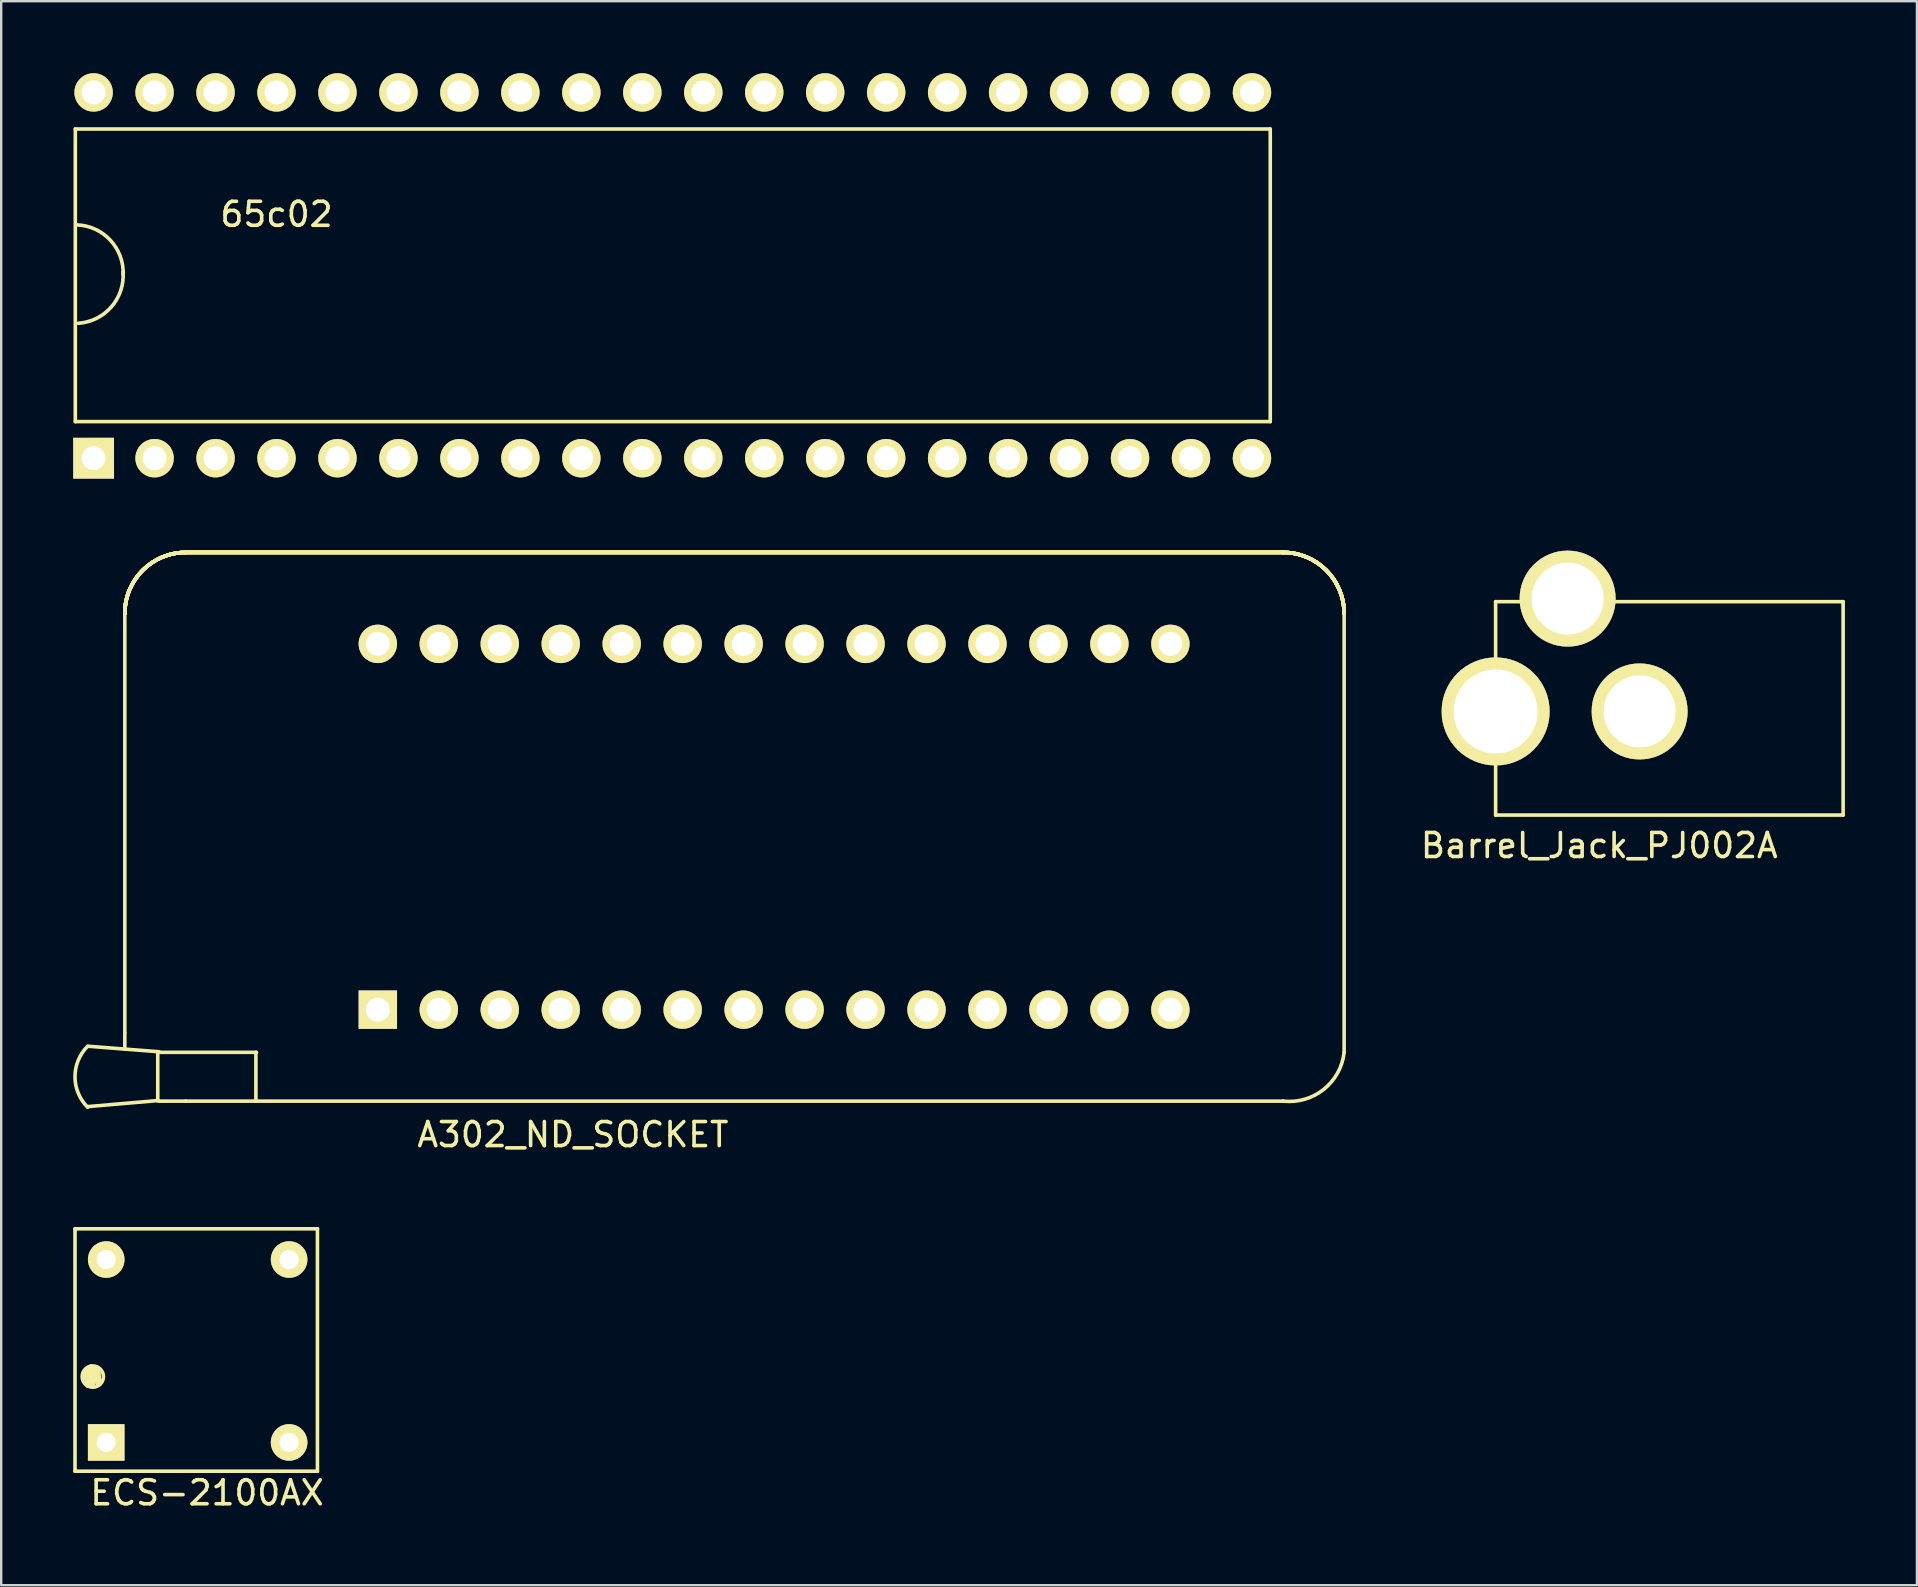
<source format=kicad_pcb>
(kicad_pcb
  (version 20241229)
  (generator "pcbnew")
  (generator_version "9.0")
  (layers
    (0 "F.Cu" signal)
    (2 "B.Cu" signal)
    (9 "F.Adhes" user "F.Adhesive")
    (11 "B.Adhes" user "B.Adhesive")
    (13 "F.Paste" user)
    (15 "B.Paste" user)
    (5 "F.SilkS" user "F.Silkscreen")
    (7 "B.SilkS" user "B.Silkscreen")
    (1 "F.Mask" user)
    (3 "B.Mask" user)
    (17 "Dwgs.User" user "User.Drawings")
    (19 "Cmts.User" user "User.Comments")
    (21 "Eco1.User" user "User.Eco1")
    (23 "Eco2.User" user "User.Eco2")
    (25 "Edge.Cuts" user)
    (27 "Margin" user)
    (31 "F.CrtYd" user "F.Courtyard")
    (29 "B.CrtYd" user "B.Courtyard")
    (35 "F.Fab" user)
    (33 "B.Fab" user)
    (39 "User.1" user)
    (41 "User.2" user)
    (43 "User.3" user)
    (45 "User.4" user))
  (footprint "65c02"
    (layer "F.Cu")
    (at 0.88 16.02)
    (property "Reference" "65c02" (at 7.59 -10.14 0) (layer "F.SilkS") (effects (font (size 1 1) (thickness 0.15))))
    (attr through_hole)
    (fp_line (start -0.792 -13.696) (end 48.992 -13.696) (stroke (width 0.15) (type solid)) (layer "F.SilkS"))
    (fp_line (start -0.792 -1.504) (end -0.792 -13.696) (stroke (width 0.15) (type solid)) (layer "F.SilkS"))
    (fp_line (start 48.992 -13.696) (end 48.992 -1.504) (stroke (width 0.15) (type solid)) (layer "F.SilkS"))
    (fp_line (start 48.992 -1.504) (end -0.792 -1.504) (stroke (width 0.15) (type solid)) (layer "F.SilkS"))
    (fp_arc (start -0.725308 -9.701105) (mid 0.66781 -9.06218) (end 1.201105 -7.625308) (stroke (width 0.15) (type solid)) (layer "F.SilkS"))
    (fp_arc (start 1.19795 -7.73489) (mid 0.708146 -6.282618) (end -0.66511 -5.60205) (stroke (width 0.15) (type solid)) (layer "F.SilkS"))
    (pad "1" thru_hole rect (at -0.03 0.02) (size 1.7 1.7) (drill 1) (layers "*.Cu" "*.Mask" "F.SilkS"))
    (pad "2" thru_hole circle (at 2.51 0.02) (size 1.6 1.6) (drill 1) (layers "*.Cu" "*.Mask" "F.SilkS"))
    (pad "3" thru_hole circle (at 5.05 0.02) (size 1.6 1.6) (drill 1) (layers "*.Cu" "*.Mask" "F.SilkS"))
    (pad "4" thru_hole circle (at 7.59 0.02) (size 1.6 1.6) (drill 1) (layers "*.Cu" "*.Mask" "F.SilkS"))
    (pad "5" thru_hole circle (at 10.13 0.02) (size 1.6 1.6) (drill 1) (layers "*.Cu" "*.Mask" "F.SilkS"))
    (pad "6" thru_hole circle (at 12.67 0.02) (size 1.6 1.6) (drill 1) (layers "*.Cu" "*.Mask" "F.SilkS"))
    (pad "7" thru_hole circle (at 15.21 0.02) (size 1.6 1.6) (drill 1) (layers "*.Cu" "*.Mask" "F.SilkS"))
    (pad "8" thru_hole circle (at 17.75 0.02) (size 1.6 1.6) (drill 1) (layers "*.Cu" "*.Mask" "F.SilkS"))
    (pad "9" thru_hole circle (at 20.29 0.02) (size 1.6 1.6) (drill 1) (layers "*.Cu" "*.Mask" "F.SilkS"))
    (pad "10" thru_hole circle (at 22.83 0.02) (size 1.6 1.6) (drill 1) (layers "*.Cu" "*.Mask" "F.SilkS"))
    (pad "11" thru_hole circle (at 25.37 0.02) (size 1.6 1.6) (drill 1) (layers "*.Cu" "*.Mask" "F.SilkS"))
    (pad "12" thru_hole circle (at 27.91 0.02) (size 1.6 1.6) (drill 1) (layers "*.Cu" "*.Mask" "F.SilkS"))
    (pad "13" thru_hole circle (at 30.45 0.02) (size 1.6 1.6) (drill 1) (layers "*.Cu" "*.Mask" "F.SilkS"))
    (pad "14" thru_hole circle (at 32.99 0.02) (size 1.6 1.6) (drill 1) (layers "*.Cu" "*.Mask" "F.SilkS"))
    (pad "15" thru_hole circle (at 35.53 0.02) (size 1.6 1.6) (drill 1) (layers "*.Cu" "*.Mask" "F.SilkS"))
    (pad "16" thru_hole circle (at 38.07 0.02) (size 1.6 1.6) (drill 1) (layers "*.Cu" "*.Mask" "F.SilkS"))
    (pad "17" thru_hole circle (at 40.61 0.02) (size 1.6 1.6) (drill 1) (layers "*.Cu" "*.Mask" "F.SilkS"))
    (pad "18" thru_hole circle (at 43.15 0.02) (size 1.6 1.6) (drill 1) (layers "*.Cu" "*.Mask" "F.SilkS"))
    (pad "19" thru_hole circle (at 45.69 0.02) (size 1.6 1.6) (drill 1) (layers "*.Cu" "*.Mask" "F.SilkS"))
    (pad "20" thru_hole circle (at 48.23 0.02) (size 1.6 1.6) (drill 1) (layers "*.Cu" "*.Mask" "F.SilkS"))
    (pad "21" thru_hole circle (at 48.23 -15.22) (size 1.6 1.6) (drill 1) (layers "*.Cu" "*.Mask" "F.SilkS"))
    (pad "22" thru_hole circle (at 45.69 -15.22) (size 1.6 1.6) (drill 1) (layers "*.Cu" "*.Mask" "F.SilkS"))
    (pad "23" thru_hole circle (at 43.15 -15.22) (size 1.6 1.6) (drill 1) (layers "*.Cu" "*.Mask" "F.SilkS"))
    (pad "24" thru_hole circle (at 40.61 -15.22) (size 1.6 1.6) (drill 1) (layers "*.Cu" "*.Mask" "F.SilkS"))
    (pad "25" thru_hole circle (at 38.07 -15.22) (size 1.6 1.6) (drill 1) (layers "*.Cu" "*.Mask" "F.SilkS"))
    (pad "26" thru_hole circle (at 35.53 -15.22) (size 1.6 1.6) (drill 1) (layers "*.Cu" "*.Mask" "F.SilkS"))
    (pad "27" thru_hole circle (at 32.99 -15.22) (size 1.6 1.6) (drill 1) (layers "*.Cu" "*.Mask" "F.SilkS"))
    (pad "28" thru_hole circle (at 30.45 -15.22) (size 1.6 1.6) (drill 1) (layers "*.Cu" "*.Mask" "F.SilkS"))
    (pad "29" thru_hole circle (at 27.91 -15.22) (size 1.6 1.6) (drill 1) (layers "*.Cu" "*.Mask" "F.SilkS"))
    (pad "30" thru_hole circle (at 25.37 -15.22) (size 1.6 1.6) (drill 1) (layers "*.Cu" "*.Mask" "F.SilkS"))
    (pad "31" thru_hole circle (at 22.83 -15.22) (size 1.6 1.6) (drill 1) (layers "*.Cu" "*.Mask" "F.SilkS"))
    (pad "32" thru_hole circle (at 20.29 -15.22) (size 1.6 1.6) (drill 1) (layers "*.Cu" "*.Mask" "F.SilkS"))
    (pad "33" thru_hole circle (at 17.75 -15.22) (size 1.6 1.6) (drill 1) (layers "*.Cu" "*.Mask" "F.SilkS"))
    (pad "34" thru_hole circle (at 15.21 -15.22) (size 1.6 1.6) (drill 1) (layers "*.Cu" "*.Mask" "F.SilkS"))
    (pad "35" thru_hole circle (at 12.67 -15.22) (size 1.6 1.6) (drill 1) (layers "*.Cu" "*.Mask" "F.SilkS"))
    (pad "36" thru_hole circle (at 10.13 -15.22) (size 1.6 1.6) (drill 1) (layers "*.Cu" "*.Mask" "F.SilkS"))
    (pad "37" thru_hole circle (at 7.59 -15.22) (size 1.6 1.6) (drill 1) (layers "*.Cu" "*.Mask" "F.SilkS"))
    (pad "38" thru_hole circle (at 5.05 -15.22) (size 1.6 1.6) (drill 1) (layers "*.Cu" "*.Mask" "F.SilkS"))
    (pad "39" thru_hole circle (at 2.51 -15.22) (size 1.6 1.6) (drill 1) (layers "*.Cu" "*.Mask" "F.SilkS"))
    (pad "40" thru_hole circle (at -0.03 -15.22) (size 1.6 1.6) (drill 1) (layers "*.Cu" "*.Mask" "F.SilkS")))
  (footprint "ECS-2100AX"
    (layer "F.Cu")
    (at 1.375 57.045)
    (property "Reference" "ECS-2100AX" (at 4.2 2.1 0) (layer "F.SilkS") (effects (font (size 1 1) (thickness 0.15))))
    (attr through_hole)
    (fp_line (start -1.3 -8.9) (end -1.3 1.2) (stroke (width 0.15) (type solid)) (layer "F.SilkS"))
    (fp_line (start -1.3 -8.9) (end 8.8 -8.9) (stroke (width 0.15) (type solid)) (layer "F.SilkS"))
    (fp_line (start -1.3 1.2) (end 8.8 1.2) (stroke (width 0.15) (type solid)) (layer "F.SilkS"))
    (fp_line (start -0.914 -2.769) (end -0.787 -2.515) (stroke (width 0.15) (type solid)) (layer "F.SilkS"))
    (fp_line (start -0.813 -2.997) (end -0.914 -2.769) (stroke (width 0.15) (type solid)) (layer "F.SilkS"))
    (fp_line (start -0.787 -2.515) (end -0.787 -2.362) (stroke (width 0.15) (type solid)) (layer "F.SilkS"))
    (fp_line (start -0.787 -2.362) (end -0.737 -3.124) (stroke (width 0.15) (type solid)) (layer "F.SilkS"))
    (fp_line (start -0.635 -3.175) (end -0.635 -2.438) (stroke (width 0.15) (type solid)) (layer "F.SilkS"))
    (fp_line (start -0.635 -2.438) (end -0.813 -2.997) (stroke (width 0.15) (type solid)) (layer "F.SilkS"))
    (fp_line (start -0.533 -2.413) (end -0.635 -3.175) (stroke (width 0.15) (type solid)) (layer "F.SilkS"))
    (fp_line (start -0.508 -3.073) (end -0.533 -2.413) (stroke (width 0.15) (type solid)) (layer "F.SilkS"))
    (fp_line (start -0.381 -3.124) (end -0.381 -2.464) (stroke (width 0.15) (type solid)) (layer "F.SilkS"))
    (fp_line (start -0.381 -2.464) (end -0.508 -3.073) (stroke (width 0.15) (type solid)) (layer "F.SilkS"))
    (fp_line (start -0.305 -2.946) (end -0.279 -2.54) (stroke (width 0.15) (type solid)) (layer "F.SilkS"))
    (fp_line (start -0.279 -2.54) (end -0.381 -3.124) (stroke (width 0.15) (type solid)) (layer "F.SilkS"))
    (fp_line (start 8.8 -8.9) (end 8.8 1.2) (stroke (width 0.15) (type solid)) (layer "F.SilkS"))
    (fp_circle (center -0.559 -2.743) (end -0.381 -2.337) (stroke (width 0.15) (type solid)) (fill no) (layer "F.SilkS"))
    (pad "1" thru_hole rect (at 0 0) (size 1.524 1.524) (drill 0.8) (layers "*.Cu" "*.Mask" "F.SilkS"))
    (pad "4" thru_hole circle (at 7.62 0) (size 1.524 1.524) (drill 0.8) (layers "*.Cu" "*.Mask" "F.SilkS"))
    (pad "5" thru_hole circle (at 7.62 -7.62) (size 1.524 1.524) (drill 0.8) (layers "*.Cu" "*.Mask" "F.SilkS"))
    (pad "8" thru_hole circle (at 0 -7.62) (size 1.524 1.524) (drill 0.8) (layers "*.Cu" "*.Mask" "F.SilkS")))
  (footprint "A302_ND_SOCKET"
    (layer "F.Cu")
    (at 12.691 39.015)
    (property "Reference" "A302_ND_SOCKET" (at 8.128 5.207 0) (layer "F.SilkS") (effects (font (size 1 1) (thickness 0.15))))
    (attr through_hole)
    (fp_line (start -10.541 -16.485) (end -10.541 0.965) (stroke (width 0.15) (type solid)) (layer "F.SilkS"))
    (fp_line (start -10.541 0.991) (end -10.541 1.626) (stroke (width 0.15) (type solid)) (layer "F.SilkS"))
    (fp_line (start -9.169 1.803) (end -9.169 3.759) (stroke (width 0.15) (type solid)) (layer "F.SilkS"))
    (fp_line (start -9.144 3.785) (end -12.09 4.039) (stroke (width 0.15) (type solid)) (layer "F.SilkS"))
    (fp_line (start -9.119 1.753) (end -12.065 1.524) (stroke (width 0.15) (type solid)) (layer "F.SilkS"))
    (fp_line (start -8.001 -19.05) (end 37.719 -19.05) (stroke (width 0.15) (type solid)) (layer "F.SilkS"))
    (fp_line (start -8.001 -19.05) (end 37.719 -19.05) (stroke (width 0.15) (type solid)) (layer "F.SilkS"))
    (fp_line (start -8.001 -19.05) (end 37.719 -19.05) (stroke (width 0.15) (type solid)) (layer "F.SilkS"))
    (fp_line (start -8.001 -19.05) (end 37.719 -19.05) (stroke (width 0.15) (type solid)) (layer "F.SilkS"))
    (fp_line (start -8.001 -19.05) (end 37.719 -19.05) (stroke (width 0.15) (type solid)) (layer "F.SilkS"))
    (fp_line (start -8.001 -19.05) (end 37.719 -19.05) (stroke (width 0.15) (type solid)) (layer "F.SilkS"))
    (fp_line (start -8.001 -19.05) (end 37.719 -19.05) (stroke (width 0.15) (type solid)) (layer "F.SilkS"))
    (fp_line (start -8.001 -19.05) (end 37.719 -19.05) (stroke (width 0.15) (type solid)) (layer "F.SilkS"))
    (fp_line (start -8.001 3.81) (end -9.144 3.81) (stroke (width 0.15) (type solid)) (layer "F.SilkS"))
    (fp_line (start -5.08 1.778) (end -5.08 3.81) (stroke (width 0.15) (type solid)) (layer "F.SilkS"))
    (fp_line (start -5.055 1.778) (end -9.169 1.778) (stroke (width 0.15) (type solid)) (layer "F.SilkS"))
    (fp_line (start 37.719 3.81) (end -8.001 3.81) (stroke (width 0.15) (type solid)) (layer "F.SilkS"))
    (fp_line (start 40.259 1.778) (end 40.259 -16.51) (stroke (width 0.15) (type solid)) (layer "F.SilkS"))
    (fp_arc (start -12.0904 4.064) (mid -12.616451 2.794) (end -12.0904 1.524) (stroke (width 0.15) (type solid)) (layer "F.SilkS"))
    (fp_arc (start -10.541 -16.51) (mid -9.797051 -18.306051) (end -8.001 -19.05) (stroke (width 0.15) (type solid)) (layer "F.SilkS"))
    (fp_arc (start -10.541 -16.51) (mid -9.797051 -18.306051) (end -8.001 -19.05) (stroke (width 0.15) (type solid)) (layer "F.SilkS"))
    (fp_arc (start -10.541 -16.51) (mid -9.797051 -18.306051) (end -8.001 -19.05) (stroke (width 0.15) (type solid)) (layer "F.SilkS"))
    (fp_arc (start -10.541 -16.51) (mid -9.797051 -18.306051) (end -8.001 -19.05) (stroke (width 0.15) (type solid)) (layer "F.SilkS"))
    (fp_arc (start -10.541 -16.51) (mid -9.797051 -18.306051) (end -8.001 -19.05) (stroke (width 0.15) (type solid)) (layer "F.SilkS"))
    (fp_arc (start -10.541 -16.51) (mid -9.797051 -18.306051) (end -8.001 -19.05) (stroke (width 0.15) (type solid)) (layer "F.SilkS"))
    (fp_arc (start -10.541 -16.51) (mid -9.797051 -18.306051) (end -8.001 -19.05) (stroke (width 0.15) (type solid)) (layer "F.SilkS"))
    (fp_arc (start -10.541 -16.51) (mid -9.797051 -18.306051) (end -8.001 -19.05) (stroke (width 0.15) (type solid)) (layer "F.SilkS"))
    (fp_arc (start 37.719 -19.05) (mid 39.515051 -18.306051) (end 40.259 -16.51) (stroke (width 0.15) (type solid)) (layer "F.SilkS"))
    (fp_arc (start 37.719 -19.05) (mid 39.515051 -18.306051) (end 40.259 -16.51) (stroke (width 0.15) (type solid)) (layer "F.SilkS"))
    (fp_arc (start 37.719 -19.05) (mid 39.515051 -18.306051) (end 40.259 -16.51) (stroke (width 0.15) (type solid)) (layer "F.SilkS"))
    (fp_arc (start 37.719 -19.05) (mid 39.515051 -18.306051) (end 40.259 -16.51) (stroke (width 0.15) (type solid)) (layer "F.SilkS"))
    (fp_arc (start 37.719 -19.05) (mid 39.515051 -18.306051) (end 40.259 -16.51) (stroke (width 0.15) (type solid)) (layer "F.SilkS"))
    (fp_arc (start 37.719 -19.05) (mid 39.515051 -18.306051) (end 40.259 -16.51) (stroke (width 0.15) (type solid)) (layer "F.SilkS"))
    (fp_arc (start 37.719 -19.05) (mid 39.515051 -18.306051) (end 40.259 -16.51) (stroke (width 0.15) (type solid)) (layer "F.SilkS"))
    (fp_arc (start 37.719 -19.05) (mid 39.515051 -18.306051) (end 40.259 -16.51) (stroke (width 0.15) (type solid)) (layer "F.SilkS"))
    (fp_arc (start 40.259 1.778) (mid 39.409841 3.320051) (end 37.719 3.81) (stroke (width 0.15) (type solid)) (layer "F.SilkS"))
    (pad "1" thru_hole rect (at 0 0) (size 1.6 1.6) (drill 1) (layers "*.Cu" "*.Mask" "F.SilkS"))
    (pad "2" thru_hole circle (at 2.54 0) (size 1.6 1.6) (drill 1) (layers "*.Cu" "*.Mask" "F.SilkS"))
    (pad "3" thru_hole circle (at 5.08 0) (size 1.6 1.6) (drill 1) (layers "*.Cu" "*.Mask" "F.SilkS"))
    (pad "4" thru_hole circle (at 7.62 0) (size 1.6 1.6) (drill 1) (layers "*.Cu" "*.Mask" "F.SilkS"))
    (pad "5" thru_hole circle (at 10.16 0) (size 1.6 1.6) (drill 1) (layers "*.Cu" "*.Mask" "F.SilkS"))
    (pad "6" thru_hole circle (at 12.7 0) (size 1.6 1.6) (drill 1) (layers "*.Cu" "*.Mask" "F.SilkS"))
    (pad "7" thru_hole circle (at 15.24 0) (size 1.6 1.6) (drill 1) (layers "*.Cu" "*.Mask" "F.SilkS"))
    (pad "8" thru_hole circle (at 17.78 0) (size 1.6 1.6) (drill 1) (layers "*.Cu" "*.Mask" "F.SilkS"))
    (pad "9" thru_hole circle (at 20.32 0) (size 1.6 1.6) (drill 1) (layers "*.Cu" "*.Mask" "F.SilkS"))
    (pad "10" thru_hole circle (at 22.86 0) (size 1.6 1.6) (drill 1) (layers "*.Cu" "*.Mask" "F.SilkS"))
    (pad "11" thru_hole circle (at 25.4 0) (size 1.6 1.6) (drill 1) (layers "*.Cu" "*.Mask" "F.SilkS"))
    (pad "12" thru_hole circle (at 27.94 0) (size 1.6 1.6) (drill 1) (layers "*.Cu" "*.Mask" "F.SilkS"))
    (pad "13" thru_hole circle (at 30.48 0) (size 1.6 1.6) (drill 1) (layers "*.Cu" "*.Mask" "F.SilkS"))
    (pad "14" thru_hole circle (at 33.02 0) (size 1.6 1.6) (drill 1) (layers "*.Cu" "*.Mask" "F.SilkS"))
    (pad "15" thru_hole circle (at 33.02 -15.24) (size 1.6 1.6) (drill 1) (layers "*.Cu" "*.Mask" "F.SilkS"))
    (pad "16" thru_hole circle (at 30.48 -15.24) (size 1.6 1.6) (drill 1) (layers "*.Cu" "*.Mask" "F.SilkS"))
    (pad "17" thru_hole circle (at 27.94 -15.24) (size 1.6 1.6) (drill 1) (layers "*.Cu" "*.Mask" "F.SilkS"))
    (pad "18" thru_hole circle (at 25.4 -15.24) (size 1.6 1.6) (drill 1) (layers "*.Cu" "*.Mask" "F.SilkS"))
    (pad "19" thru_hole circle (at 22.86 -15.24) (size 1.6 1.6) (drill 1) (layers "*.Cu" "*.Mask" "F.SilkS"))
    (pad "20" thru_hole circle (at 20.32 -15.24) (size 1.6 1.6) (drill 1) (layers "*.Cu" "*.Mask" "F.SilkS"))
    (pad "21" thru_hole circle (at 17.78 -15.24) (size 1.6 1.6) (drill 1) (layers "*.Cu" "*.Mask" "F.SilkS"))
    (pad "22" thru_hole circle (at 15.24 -15.24) (size 1.6 1.6) (drill 1) (layers "*.Cu" "*.Mask" "F.SilkS"))
    (pad "23" thru_hole circle (at 12.7 -15.24) (size 1.6 1.6) (drill 1) (layers "*.Cu" "*.Mask" "F.SilkS"))
    (pad "24" thru_hole circle (at 10.16 -15.24) (size 1.6 1.6) (drill 1) (layers "*.Cu" "*.Mask" "F.SilkS"))
    (pad "25" thru_hole circle (at 7.62 -15.24) (size 1.6 1.6) (drill 1) (layers "*.Cu" "*.Mask" "F.SilkS"))
    (pad "26" thru_hole circle (at 5.08 -15.24) (size 1.6 1.6) (drill 1) (layers "*.Cu" "*.Mask" "F.SilkS"))
    (pad "27" thru_hole circle (at 2.54 -15.24) (size 1.6 1.6) (drill 1) (layers "*.Cu" "*.Mask" "F.SilkS"))
    (pad "28" thru_hole circle (at 0 -15.24) (size 1.6 1.6) (drill 1) (layers "*.Cu" "*.Mask" "F.SilkS")))
  (footprint "Barrel_Jack_PJ002A"
    (layer "F.Cu")
    (at 59.261 26.59)
    (property "Reference" "Barrel_Jack_PJ002A" (at 4.318 5.588 0) (layer "F.SilkS") (effects (font (size 1 1) (thickness 0.15))))
    (attr through_hole)
    (fp_line (start 0 4.318) (end 0 -4.572) (stroke (width 0.15) (type solid)) (layer "F.SilkS"))
    (fp_line (start 0 4.318) (end 14.478 4.318) (stroke (width 0.15) (type solid)) (layer "F.SilkS"))
    (fp_line (start 14.478 -4.572) (end 0 -4.572) (stroke (width 0.15) (type solid)) (layer "F.SilkS"))
    (fp_line (start 14.478 4.318) (end 14.478 -4.572) (stroke (width 0.15) (type solid)) (layer "F.SilkS"))
    (pad "1" thru_hole circle (at 0 0) (size 4.5 4.5) (drill 3.5) (layers "*.Cu" "*.Mask" "F.SilkS"))
    (pad "2" thru_hole circle (at 6 0) (size 4 4) (drill 3) (layers "*.Cu" "*.Mask" "F.SilkS"))
    (pad "3" thru_hole circle (at 3 -4.7) (size 4 4) (drill 3) (layers "*.Cu" "*.Mask" "F.SilkS")))
  (gr_rect
    (start -3 -3)
    (end 76.814 62.993)
    (stroke (width 0.1) (type default))
    (fill no)
    (layer "Edge.Cuts")))
</source>
